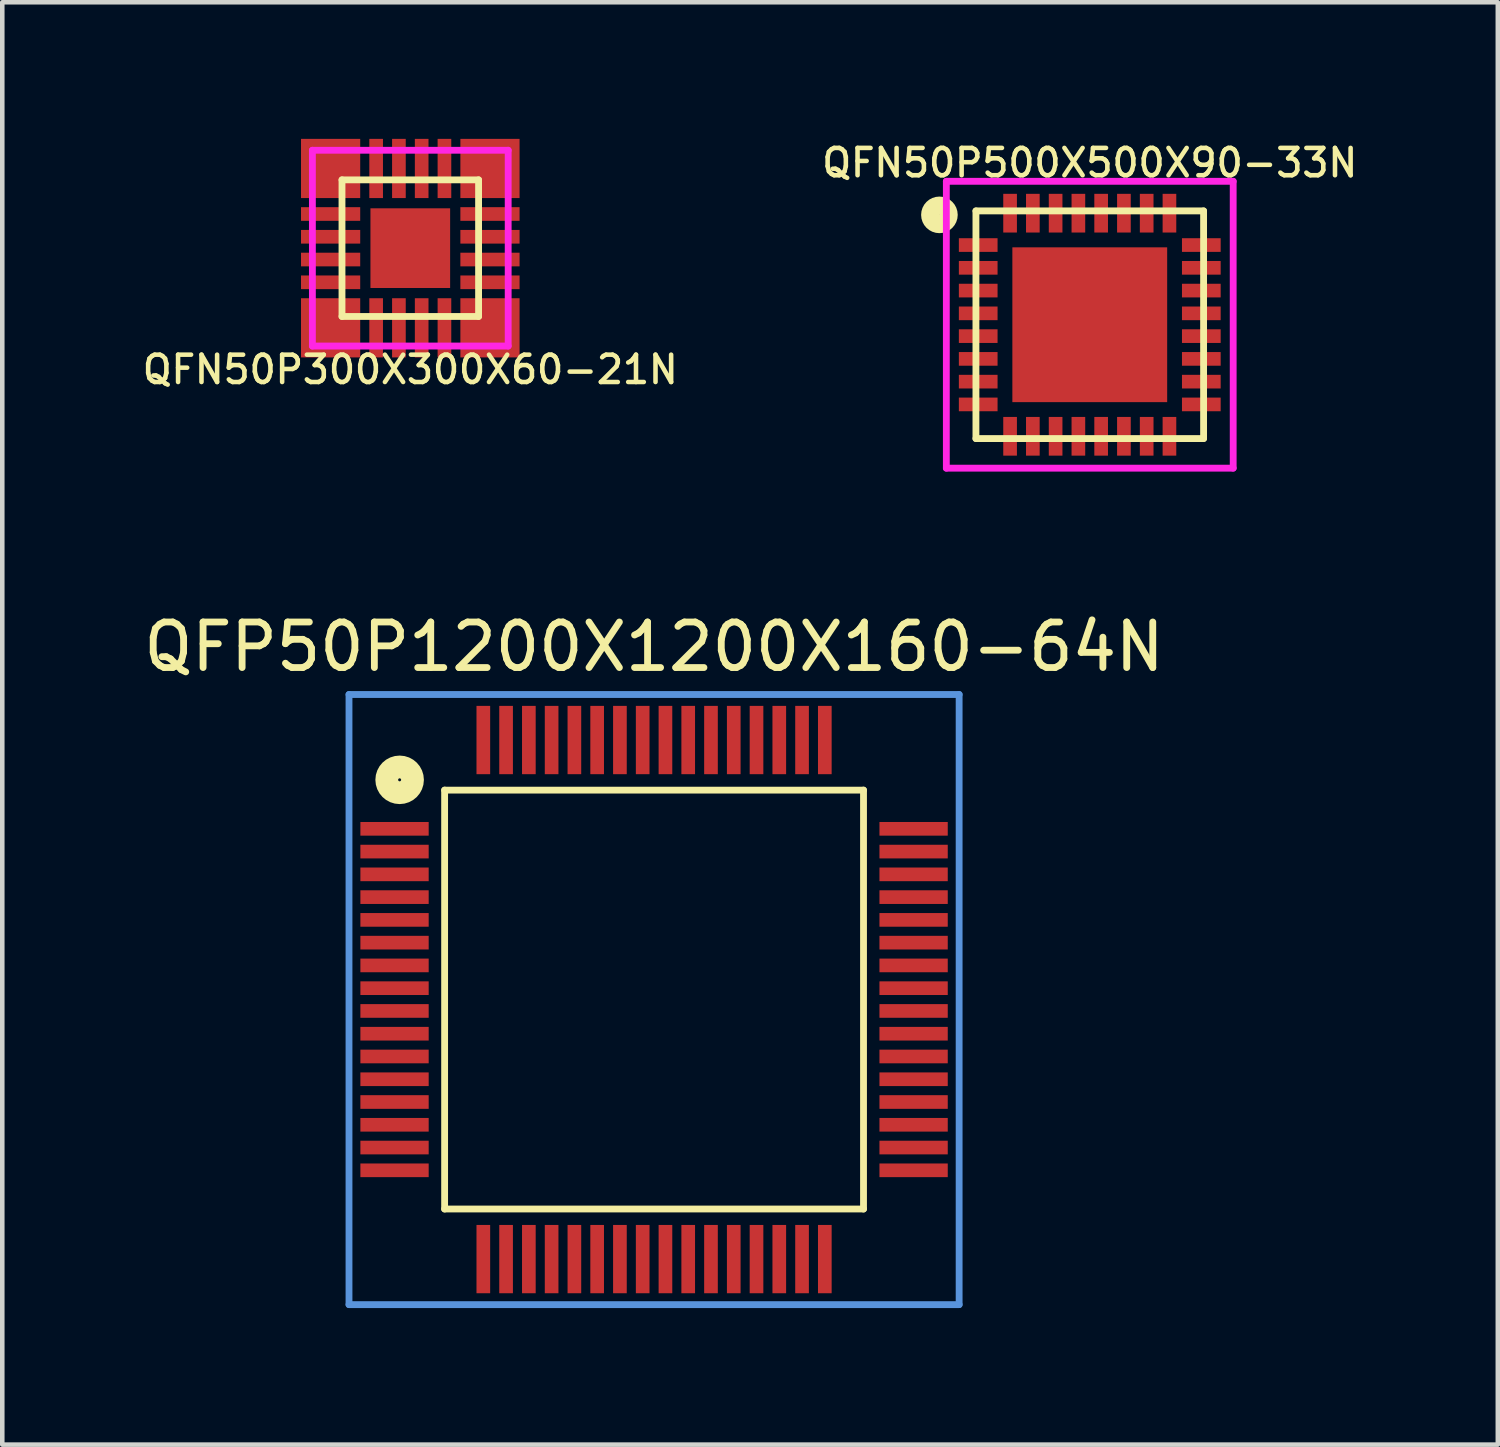
<source format=kicad_pcb>
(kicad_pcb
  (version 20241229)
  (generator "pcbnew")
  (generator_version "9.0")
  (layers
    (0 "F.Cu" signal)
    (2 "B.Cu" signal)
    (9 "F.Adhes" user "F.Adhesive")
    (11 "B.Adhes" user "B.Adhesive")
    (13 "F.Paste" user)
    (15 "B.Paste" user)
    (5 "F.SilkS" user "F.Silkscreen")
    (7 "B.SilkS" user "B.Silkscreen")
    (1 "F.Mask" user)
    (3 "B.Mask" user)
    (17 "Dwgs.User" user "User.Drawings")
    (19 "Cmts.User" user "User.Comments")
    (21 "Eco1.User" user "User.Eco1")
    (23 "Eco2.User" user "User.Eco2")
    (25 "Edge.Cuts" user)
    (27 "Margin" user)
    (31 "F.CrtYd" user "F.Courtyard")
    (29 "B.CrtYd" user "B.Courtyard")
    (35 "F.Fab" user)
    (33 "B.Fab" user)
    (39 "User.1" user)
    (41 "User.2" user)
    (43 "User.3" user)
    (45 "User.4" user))
  (footprint "QFN50P500X500X90-33N"
    (layer "F.Cu")
    (at 20.884 4.082)
    (property "Reference" "QFN50P500X500X90-33N" (at 0 -3.556 0) (layer "F.SilkS") (effects (font (size 0.6 0.6) (thickness 0.1))))
    (attr through_hole)
    (fp_line (start -2.5 -2.5) (end 2.5 -2.5) (stroke (width 0.15) (type solid)) (layer "F.SilkS"))
    (fp_line (start -2.5 2.5) (end -2.5 -2.5) (stroke (width 0.15) (type solid)) (layer "F.SilkS"))
    (fp_line (start 2.5 -2.5) (end 2.5 2.5) (stroke (width 0.15) (type solid)) (layer "F.SilkS"))
    (fp_line (start 2.5 2.5) (end -2.5 2.5) (stroke (width 0.15) (type solid)) (layer "F.SilkS"))
    (fp_circle (center -3.302 -2.413) (end -3.1 -2.413) (stroke (width 0.4) (type solid)) (fill no) (layer "F.SilkS"))
    (fp_line (start -3.15 -3.15) (end 3.15 -3.15) (stroke (width 0.15) (type solid)) (layer "F.CrtYd"))
    (fp_line (start -3.15 3.15) (end -3.15 -3.15) (stroke (width 0.15) (type solid)) (layer "F.CrtYd"))
    (fp_line (start 3.15 -3.15) (end 3.15 3.15) (stroke (width 0.15) (type solid)) (layer "F.CrtYd"))
    (fp_line (start 3.15 3.15) (end -3.15 3.15) (stroke (width 0.15) (type solid)) (layer "F.CrtYd"))
    (pad "1" smd rect (at -2.45 -1.75) (size 0.85 0.3) (layers "F.Cu" "F.Mask" "F.Paste"))
    (pad "2" smd rect (at -2.45 -1.25) (size 0.85 0.3) (layers "F.Cu" "F.Mask" "F.Paste"))
    (pad "3" smd rect (at -2.45 -0.75) (size 0.85 0.3) (layers "F.Cu" "F.Mask" "F.Paste"))
    (pad "4" smd rect (at -2.45 -0.25) (size 0.85 0.3) (layers "F.Cu" "F.Mask" "F.Paste"))
    (pad "5" smd rect (at -2.45 0.25) (size 0.85 0.3) (layers "F.Cu" "F.Mask" "F.Paste"))
    (pad "6" smd rect (at -2.45 0.75) (size 0.85 0.3) (layers "F.Cu" "F.Mask" "F.Paste"))
    (pad "7" smd rect (at -2.45 1.25) (size 0.85 0.3) (layers "F.Cu" "F.Mask" "F.Paste"))
    (pad "8" smd rect (at -2.45 1.75) (size 0.85 0.3) (layers "F.Cu" "F.Mask" "F.Paste"))
    (pad "9" smd rect (at -1.75 2.45) (size 0.3 0.85) (layers "F.Cu" "F.Mask" "F.Paste"))
    (pad "10" smd rect (at -1.25 2.45) (size 0.3 0.85) (layers "F.Cu" "F.Mask" "F.Paste"))
    (pad "11" smd rect (at -0.75 2.45) (size 0.3 0.85) (layers "F.Cu" "F.Mask" "F.Paste"))
    (pad "12" smd rect (at -0.25 2.45) (size 0.3 0.85) (layers "F.Cu" "F.Mask" "F.Paste"))
    (pad "13" smd rect (at 0.25 2.45) (size 0.3 0.85) (layers "F.Cu" "F.Mask" "F.Paste"))
    (pad "14" smd rect (at 0.75 2.45) (size 0.3 0.85) (layers "F.Cu" "F.Mask" "F.Paste"))
    (pad "15" smd rect (at 1.25 2.45) (size 0.3 0.85) (layers "F.Cu" "F.Mask" "F.Paste"))
    (pad "16" smd rect (at 1.75 2.45) (size 0.3 0.85) (layers "F.Cu" "F.Mask" "F.Paste"))
    (pad "17" smd rect (at 2.45 1.75) (size 0.85 0.3) (layers "F.Cu" "F.Mask" "F.Paste"))
    (pad "18" smd rect (at 2.45 1.25) (size 0.85 0.3) (layers "F.Cu" "F.Mask" "F.Paste"))
    (pad "19" smd rect (at 2.45 0.75) (size 0.85 0.3) (layers "F.Cu" "F.Mask" "F.Paste"))
    (pad "20" smd rect (at 2.45 0.25) (size 0.85 0.3) (layers "F.Cu" "F.Mask" "F.Paste"))
    (pad "21" smd rect (at 2.45 -0.25) (size 0.85 0.3) (layers "F.Cu" "F.Mask" "F.Paste"))
    (pad "22" smd rect (at 2.45 -0.75) (size 0.85 0.3) (layers "F.Cu" "F.Mask" "F.Paste"))
    (pad "23" smd rect (at 2.45 -1.25) (size 0.85 0.3) (layers "F.Cu" "F.Mask" "F.Paste"))
    (pad "24" smd rect (at 2.45 -1.75) (size 0.85 0.3) (layers "F.Cu" "F.Mask" "F.Paste"))
    (pad "25" smd rect (at 1.75 -2.45) (size 0.3 0.85) (layers "F.Cu" "F.Mask" "F.Paste"))
    (pad "26" smd rect (at 1.25 -2.45) (size 0.3 0.85) (layers "F.Cu" "F.Mask" "F.Paste"))
    (pad "27" smd rect (at 0.75 -2.45) (size 0.3 0.85) (layers "F.Cu" "F.Mask" "F.Paste"))
    (pad "28" smd rect (at 0.25 -2.45) (size 0.3 0.85) (layers "F.Cu" "F.Mask" "F.Paste"))
    (pad "29" smd rect (at -0.25 -2.45) (size 0.3 0.85) (layers "F.Cu" "F.Mask" "F.Paste"))
    (pad "30" smd rect (at -0.75 -2.45) (size 0.3 0.85) (layers "F.Cu" "F.Mask" "F.Paste"))
    (pad "31" smd rect (at -1.25 -2.45) (size 0.3 0.85) (layers "F.Cu" "F.Mask" "F.Paste"))
    (pad "32" smd rect (at -1.75 -2.45) (size 0.3 0.85) (layers "F.Cu" "F.Mask" "F.Paste"))
    (pad "33" smd rect (at 0 0) (size 3.4 3.4) (layers "F.Cu" "F.Mask" "F.Paste")))
  (footprint "QFP50P1200X1200X160-64N"
    (layer "F.Cu")
    (at 11.315 18.903)
    (property "Reference" "QFP50P1200X1200X160-64N" (at 0 -7.747 0) (layer "F.SilkS") (effects (font (size 1 1) (thickness 0.15))))
    (attr through_hole)
    (fp_line (start -4.6 -4.6) (end 4.6 -4.6) (stroke (width 0.15) (type solid)) (layer "F.SilkS"))
    (fp_line (start -4.6 4.6) (end -4.6 -4.6) (stroke (width 0.15) (type solid)) (layer "F.SilkS"))
    (fp_line (start 4.6 -4.6) (end 4.6 4.6) (stroke (width 0.15) (type solid)) (layer "F.SilkS"))
    (fp_line (start 4.6 4.6) (end -4.6 4.6) (stroke (width 0.15) (type solid)) (layer "F.SilkS"))
    (fp_circle (center -5.588 -4.826) (end -5.788 -5.026) (stroke (width 0.5) (type solid)) (fill no) (layer "F.SilkS"))
    (fp_line (start -6.7 -6.7) (end 6.7 -6.7) (stroke (width 0.15) (type solid)) (layer "Cmts.User"))
    (fp_line (start -6.7 6.7) (end -6.7 -6.7) (stroke (width 0.15) (type solid)) (layer "Cmts.User"))
    (fp_line (start 6.7 -6.7) (end 6.7 6.7) (stroke (width 0.15) (type solid)) (layer "Cmts.User"))
    (fp_line (start 6.7 6.7) (end -6.7 6.7) (stroke (width 0.15) (type solid)) (layer "Cmts.User"))
    (pad "1" smd rect (at -5.7 -3.75) (size 1.5 0.3) (layers "F.Cu" "F.Mask" "F.Paste"))
    (pad "2" smd rect (at -5.7 -3.25) (size 1.5 0.3) (layers "F.Cu" "F.Mask" "F.Paste"))
    (pad "3" smd rect (at -5.7 -2.75) (size 1.5 0.3) (layers "F.Cu" "F.Mask" "F.Paste"))
    (pad "4" smd rect (at -5.7 -2.25) (size 1.5 0.3) (layers "F.Cu" "F.Mask" "F.Paste"))
    (pad "5" smd rect (at -5.7 -1.75) (size 1.5 0.3) (layers "F.Cu" "F.Mask" "F.Paste"))
    (pad "6" smd rect (at -5.7 -1.25) (size 1.5 0.3) (layers "F.Cu" "F.Mask" "F.Paste"))
    (pad "7" smd rect (at -5.7 -0.75) (size 1.5 0.3) (layers "F.Cu" "F.Mask" "F.Paste"))
    (pad "8" smd rect (at -5.7 -0.25) (size 1.5 0.3) (layers "F.Cu" "F.Mask" "F.Paste"))
    (pad "9" smd rect (at -5.7 0.25) (size 1.5 0.3) (layers "F.Cu" "F.Mask" "F.Paste"))
    (pad "10" smd rect (at -5.7 0.75) (size 1.5 0.3) (layers "F.Cu" "F.Mask" "F.Paste"))
    (pad "11" smd rect (at -5.7 1.25) (size 1.5 0.3) (layers "F.Cu" "F.Mask" "F.Paste"))
    (pad "12" smd rect (at -5.7 1.75) (size 1.5 0.3) (layers "F.Cu" "F.Mask" "F.Paste"))
    (pad "13" smd rect (at -5.7 2.25) (size 1.5 0.3) (layers "F.Cu" "F.Mask" "F.Paste"))
    (pad "14" smd rect (at -5.7 2.75) (size 1.5 0.3) (layers "F.Cu" "F.Mask" "F.Paste"))
    (pad "15" smd rect (at -5.7 3.25) (size 1.5 0.3) (layers "F.Cu" "F.Mask" "F.Paste"))
    (pad "16" smd rect (at -5.7 3.75) (size 1.5 0.3) (layers "F.Cu" "F.Mask" "F.Paste"))
    (pad "17" smd rect (at -3.75 5.7) (size 0.3 1.5) (layers "F.Cu" "F.Mask" "F.Paste"))
    (pad "18" smd rect (at -3.25 5.7) (size 0.3 1.5) (layers "F.Cu" "F.Mask" "F.Paste"))
    (pad "19" smd rect (at -2.75 5.7) (size 0.3 1.5) (layers "F.Cu" "F.Mask" "F.Paste"))
    (pad "20" smd rect (at -2.25 5.7) (size 0.3 1.5) (layers "F.Cu" "F.Mask" "F.Paste"))
    (pad "21" smd rect (at -1.75 5.7) (size 0.3 1.5) (layers "F.Cu" "F.Mask" "F.Paste"))
    (pad "22" smd rect (at -1.25 5.7) (size 0.3 1.5) (layers "F.Cu" "F.Mask" "F.Paste"))
    (pad "23" smd rect (at -0.75 5.7) (size 0.3 1.5) (layers "F.Cu" "F.Mask" "F.Paste"))
    (pad "24" smd rect (at -0.25 5.7) (size 0.3 1.5) (layers "F.Cu" "F.Mask" "F.Paste"))
    (pad "25" smd rect (at 0.25 5.7) (size 0.3 1.5) (layers "F.Cu" "F.Mask" "F.Paste"))
    (pad "26" smd rect (at 0.75 5.7) (size 0.3 1.5) (layers "F.Cu" "F.Mask" "F.Paste"))
    (pad "27" smd rect (at 1.25 5.7) (size 0.3 1.5) (layers "F.Cu" "F.Mask" "F.Paste"))
    (pad "28" smd rect (at 1.75 5.7) (size 0.3 1.5) (layers "F.Cu" "F.Mask" "F.Paste"))
    (pad "29" smd rect (at 2.25 5.7) (size 0.3 1.5) (layers "F.Cu" "F.Mask" "F.Paste"))
    (pad "30" smd rect (at 2.75 5.7) (size 0.3 1.5) (layers "F.Cu" "F.Mask" "F.Paste"))
    (pad "31" smd rect (at 3.25 5.7) (size 0.3 1.5) (layers "F.Cu" "F.Mask" "F.Paste"))
    (pad "32" smd rect (at 3.75 5.7) (size 0.3 1.5) (layers "F.Cu" "F.Mask" "F.Paste"))
    (pad "33" smd rect (at 5.7 3.75) (size 1.5 0.3) (layers "F.Cu" "F.Mask" "F.Paste"))
    (pad "34" smd rect (at 5.7 3.25) (size 1.5 0.3) (layers "F.Cu" "F.Mask" "F.Paste"))
    (pad "35" smd rect (at 5.7 2.75) (size 1.5 0.3) (layers "F.Cu" "F.Mask" "F.Paste"))
    (pad "36" smd rect (at 5.7 2.25) (size 1.5 0.3) (layers "F.Cu" "F.Mask" "F.Paste"))
    (pad "37" smd rect (at 5.7 1.75) (size 1.5 0.3) (layers "F.Cu" "F.Mask" "F.Paste"))
    (pad "38" smd rect (at 5.7 1.25) (size 1.5 0.3) (layers "F.Cu" "F.Mask" "F.Paste"))
    (pad "39" smd rect (at 5.7 0.75) (size 1.5 0.3) (layers "F.Cu" "F.Mask" "F.Paste"))
    (pad "40" smd rect (at 5.7 0.25) (size 1.5 0.3) (layers "F.Cu" "F.Mask" "F.Paste"))
    (pad "41" smd rect (at 5.7 -0.25) (size 1.5 0.3) (layers "F.Cu" "F.Mask" "F.Paste"))
    (pad "42" smd rect (at 5.7 -0.75) (size 1.5 0.3) (layers "F.Cu" "F.Mask" "F.Paste"))
    (pad "43" smd rect (at 5.7 -1.25) (size 1.5 0.3) (layers "F.Cu" "F.Mask" "F.Paste"))
    (pad "44" smd rect (at 5.7 -1.75) (size 1.5 0.3) (layers "F.Cu" "F.Mask" "F.Paste"))
    (pad "45" smd rect (at 5.7 -2.25) (size 1.5 0.3) (layers "F.Cu" "F.Mask" "F.Paste"))
    (pad "46" smd rect (at 5.7 -2.75) (size 1.5 0.3) (layers "F.Cu" "F.Mask" "F.Paste"))
    (pad "47" smd rect (at 5.7 -3.25) (size 1.5 0.3) (layers "F.Cu" "F.Mask" "F.Paste"))
    (pad "48" smd rect (at 5.7 -3.75) (size 1.5 0.3) (layers "F.Cu" "F.Mask" "F.Paste"))
    (pad "49" smd rect (at 3.75 -5.7) (size 0.3 1.5) (layers "F.Cu" "F.Mask" "F.Paste"))
    (pad "50" smd rect (at 3.25 -5.7) (size 0.3 1.5) (layers "F.Cu" "F.Mask" "F.Paste"))
    (pad "51" smd rect (at 2.75 -5.7) (size 0.3 1.5) (layers "F.Cu" "F.Mask" "F.Paste"))
    (pad "52" smd rect (at 2.25 -5.7) (size 0.3 1.5) (layers "F.Cu" "F.Mask" "F.Paste"))
    (pad "53" smd rect (at 1.75 -5.7) (size 0.3 1.5) (layers "F.Cu" "F.Mask" "F.Paste"))
    (pad "54" smd rect (at 1.25 -5.7) (size 0.3 1.5) (layers "F.Cu" "F.Mask" "F.Paste"))
    (pad "55" smd rect (at 0.75 -5.7) (size 0.3 1.5) (layers "F.Cu" "F.Mask" "F.Paste"))
    (pad "56" smd rect (at 0.25 -5.7) (size 0.3 1.5) (layers "F.Cu" "F.Mask" "F.Paste"))
    (pad "57" smd rect (at -0.25 -5.7) (size 0.3 1.5) (layers "F.Cu" "F.Mask" "F.Paste"))
    (pad "58" smd rect (at -0.75 -5.7) (size 0.3 1.5) (layers "F.Cu" "F.Mask" "F.Paste"))
    (pad "59" smd rect (at -1.25 -5.7) (size 0.3 1.5) (layers "F.Cu" "F.Mask" "F.Paste"))
    (pad "60" smd rect (at -1.75 -5.7) (size 0.3 1.5) (layers "F.Cu" "F.Mask" "F.Paste"))
    (pad "61" smd rect (at -2.25 -5.7) (size 0.3 1.5) (layers "F.Cu" "F.Mask" "F.Paste"))
    (pad "62" smd rect (at -2.75 -5.7) (size 0.3 1.5) (layers "F.Cu" "F.Mask" "F.Paste"))
    (pad "63" smd rect (at -3.25 -5.7) (size 0.3 1.5) (layers "F.Cu" "F.Mask" "F.Paste"))
    (pad "64" smd rect (at -3.75 -5.7) (size 0.3 1.5) (layers "F.Cu" "F.Mask" "F.Paste")))
  (footprint "QFN50P300X300X60-21N"
    (layer "F.Cu")
    (at 5.961 2.4)
    (property "Reference" "QFN50P300X300X60-21N" (at 0 2.667 0) (layer "F.SilkS") (effects (font (size 0.6 0.6) (thickness 0.1))))
    (attr through_hole)
    (fp_line (start -1.5 -1.5) (end 1.5 -1.5) (stroke (width 0.15) (type solid)) (layer "F.SilkS"))
    (fp_line (start -1.5 1.5) (end -1.5 -1.5) (stroke (width 0.15) (type solid)) (layer "F.SilkS"))
    (fp_line (start 1.5 -1.5) (end 1.5 1.5) (stroke (width 0.15) (type solid)) (layer "F.SilkS"))
    (fp_line (start 1.5 1.5) (end -1.5 1.5) (stroke (width 0.15) (type solid)) (layer "F.SilkS"))
    (fp_line (start -2.15 -2.15) (end 2.15 -2.15) (stroke (width 0.15) (type solid)) (layer "F.CrtYd"))
    (fp_line (start -2.15 2.15) (end -2.15 -2.15) (stroke (width 0.15) (type solid)) (layer "F.CrtYd"))
    (fp_line (start 2.15 -2.15) (end 2.15 2.15) (stroke (width 0.15) (type solid)) (layer "F.CrtYd"))
    (fp_line (start 2.15 2.15) (end -2.15 2.15) (stroke (width 0.15) (type solid)) (layer "F.CrtYd"))
    (pad "1" smd rect (at -1.75 -1.75) (size 1.3 1.3) (layers "F.Cu" "F.Mask" "F.Paste"))
    (pad "2" smd rect (at -1.75 -0.75) (size 1.3 0.3) (layers "F.Cu" "F.Mask" "F.Paste"))
    (pad "3" smd rect (at -1.75 -0.25) (size 1.3 0.3) (layers "F.Cu" "F.Mask" "F.Paste"))
    (pad "4" smd rect (at -1.75 0.25) (size 1.3 0.3) (layers "F.Cu" "F.Mask" "F.Paste"))
    (pad "5" smd rect (at -1.75 0.75) (size 1.3 0.3) (layers "F.Cu" "F.Mask" "F.Paste"))
    (pad "6" smd rect (at -1.75 1.75) (size 1.3 1.3) (layers "F.Cu" "F.Mask" "F.Paste"))
    (pad "7" smd rect (at -0.75 1.75) (size 0.3 1.3) (layers "F.Cu" "F.Mask" "F.Paste"))
    (pad "8" smd rect (at -0.25 1.75) (size 0.3 1.3) (layers "F.Cu" "F.Mask" "F.Paste"))
    (pad "9" smd rect (at 0.25 1.75) (size 0.3 1.3) (layers "F.Cu" "F.Mask" "F.Paste"))
    (pad "10" smd rect (at 0.75 1.75) (size 0.3 1.3) (layers "F.Cu" "F.Mask" "F.Paste"))
    (pad "11" smd rect (at 1.75 1.75) (size 1.3 1.3) (layers "F.Cu" "F.Mask" "F.Paste"))
    (pad "12" smd rect (at 1.75 0.75) (size 1.3 0.3) (layers "F.Cu" "F.Mask" "F.Paste"))
    (pad "13" smd rect (at 1.75 0.25) (size 1.3 0.3) (layers "F.Cu" "F.Mask" "F.Paste"))
    (pad "14" smd rect (at 1.75 -0.25) (size 1.3 0.3) (layers "F.Cu" "F.Mask" "F.Paste"))
    (pad "15" smd rect (at 1.75 -0.75) (size 1.3 0.3) (layers "F.Cu" "F.Mask" "F.Paste"))
    (pad "16" smd rect (at 1.75 -1.75) (size 1.3 1.3) (layers "F.Cu" "F.Mask" "F.Paste"))
    (pad "17" smd rect (at 0.75 -1.75) (size 0.3 1.3) (layers "F.Cu" "F.Mask" "F.Paste"))
    (pad "18" smd rect (at 0.25 -1.75) (size 0.3 1.3) (layers "F.Cu" "F.Mask" "F.Paste"))
    (pad "19" smd rect (at -0.25 -1.75) (size 0.3 1.3) (layers "F.Cu" "F.Mask" "F.Paste"))
    (pad "20" smd rect (at -0.75 -1.75) (size 0.3 1.3) (layers "F.Cu" "F.Mask" "F.Paste"))
    (pad "21" smd rect (at 0 0) (size 1.75 1.75) (layers "F.Cu" "F.Mask" "F.Paste")))
  (gr_rect
    (start -3 -3)
    (end 29.846 28.678)
    (stroke (width 0.1) (type default))
    (fill no)
    (layer "Edge.Cuts")))
</source>
